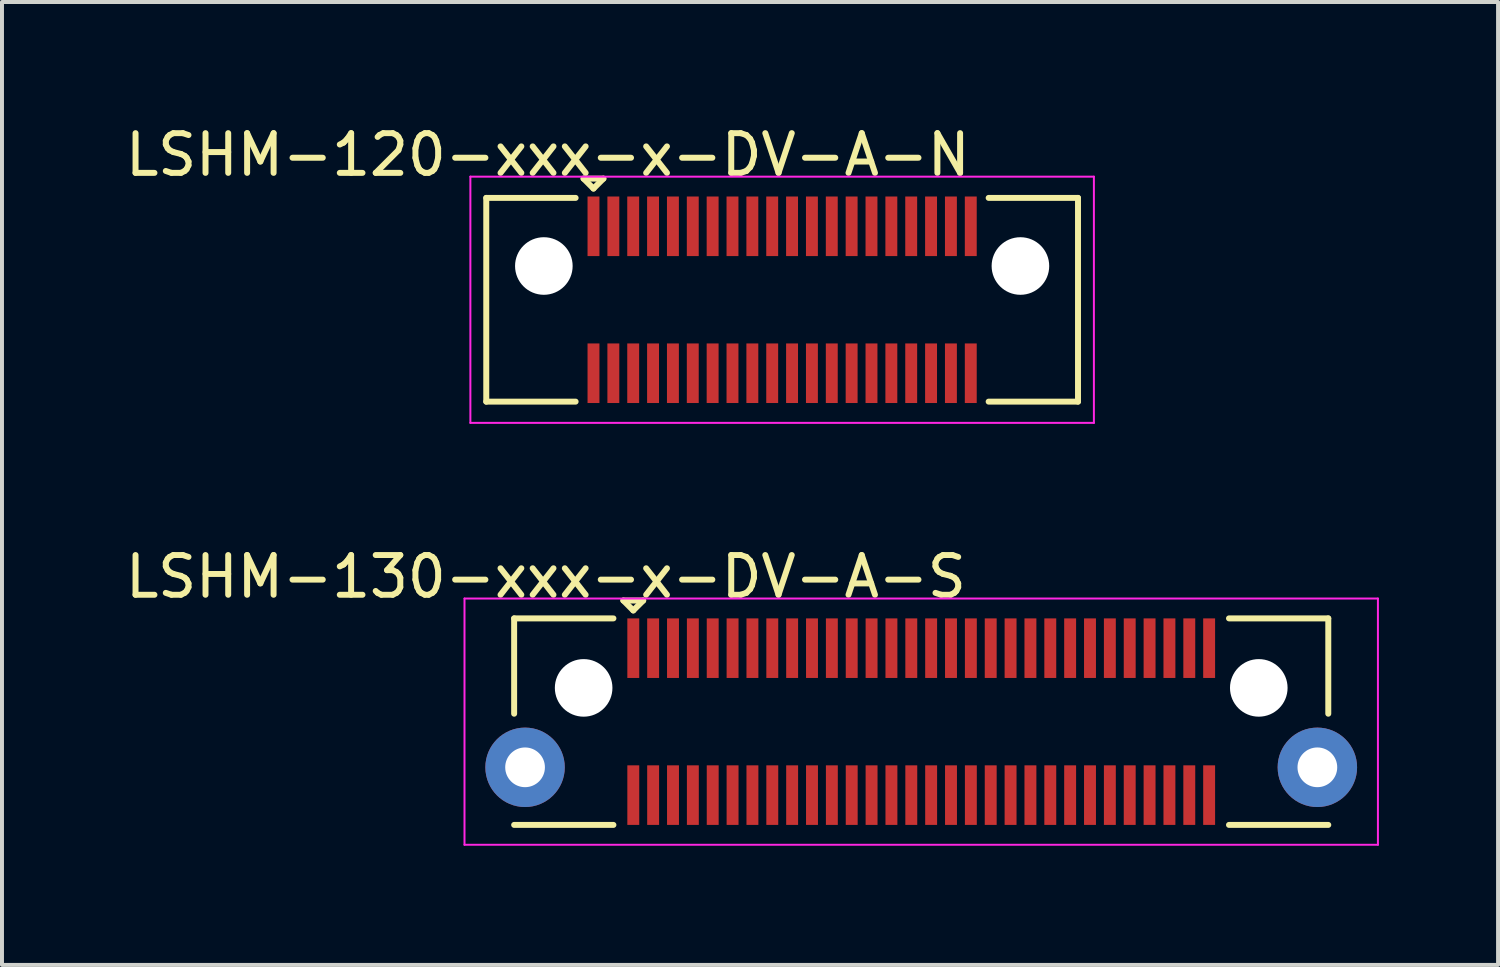
<source format=kicad_pcb>
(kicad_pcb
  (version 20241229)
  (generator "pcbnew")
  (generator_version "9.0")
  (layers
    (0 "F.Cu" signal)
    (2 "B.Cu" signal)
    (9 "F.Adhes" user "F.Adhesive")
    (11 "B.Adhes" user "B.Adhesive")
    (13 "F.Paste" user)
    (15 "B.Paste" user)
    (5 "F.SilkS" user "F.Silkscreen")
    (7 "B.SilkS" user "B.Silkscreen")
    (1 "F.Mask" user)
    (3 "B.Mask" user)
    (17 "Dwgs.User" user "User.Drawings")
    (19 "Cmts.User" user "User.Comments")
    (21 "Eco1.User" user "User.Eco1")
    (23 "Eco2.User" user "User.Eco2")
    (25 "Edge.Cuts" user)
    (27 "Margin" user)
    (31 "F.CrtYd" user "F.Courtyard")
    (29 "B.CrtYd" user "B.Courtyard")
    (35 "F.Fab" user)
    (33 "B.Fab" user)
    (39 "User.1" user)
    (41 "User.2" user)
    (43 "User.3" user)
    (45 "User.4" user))
  (footprint "LSHM-120-xxx-x-DV-A-N"
    (layer "F.Cu")
    (at 16.644 4.498)
    (property "Reference" "LSHM-120-xxx-x-DV-A-N" (at -5.9 -3.65 0) (layer "F.SilkS") (effects (font (size 1 1) (thickness 0.15))))
    (attr smd)
    (fp_line (start -7.45 -2.565) (end -5.2 -2.565) (stroke (width 0.15) (type solid)) (layer "F.SilkS"))
    (fp_line (start -7.45 2.565) (end -7.45 -2.565) (stroke (width 0.15) (type solid)) (layer "F.SilkS"))
    (fp_line (start -7.45 2.565) (end -5.2 2.565) (stroke (width 0.15) (type solid)) (layer "F.SilkS"))
    (fp_line (start -5 -3.05) (end -4.75 -2.8) (stroke (width 0.15) (type solid)) (layer "F.SilkS"))
    (fp_line (start -4.75 -2.8) (end -4.5 -3.05) (stroke (width 0.15) (type solid)) (layer "F.SilkS"))
    (fp_line (start -4.5 -3.05) (end -5 -3.05) (stroke (width 0.15) (type solid)) (layer "F.SilkS"))
    (fp_line (start 7.45 -2.565) (end 5.2 -2.565) (stroke (width 0.15) (type solid)) (layer "F.SilkS"))
    (fp_line (start 7.45 2.565) (end 5.2 2.565) (stroke (width 0.15) (type solid)) (layer "F.SilkS"))
    (fp_line (start 7.45 2.565) (end 7.45 -2.565) (stroke (width 0.15) (type solid)) (layer "F.SilkS"))
    (fp_line (start -7.85 -3.1) (end 7.85 -3.1) (stroke (width 0.05) (type solid)) (layer "F.CrtYd"))
    (fp_line (start -7.85 3.1) (end -7.85 -3.1) (stroke (width 0.05) (type solid)) (layer "F.CrtYd"))
    (fp_line (start -7.85 3.1) (end 7.85 3.1) (stroke (width 0.05) (type solid)) (layer "F.CrtYd"))
    (fp_line (start 7.85 3.1) (end 7.85 -3.1) (stroke (width 0.05) (type solid)) (layer "F.CrtYd"))
    (pad "" np_thru_hole circle (at -6 -0.85) (size 1.45 1.45) (drill 1.45) (layers "*.Cu" "*.Mask"))
    (pad "" np_thru_hole circle (at 6 -0.85) (size 1.45 1.45) (drill 1.45) (layers "*.Cu" "*.Mask"))
    (pad "1" smd rect (at -4.75 -1.85) (size 0.3 1.5) (layers "F.Cu" "F.Mask" "F.Paste"))
    (pad "2" smd rect (at -4.75 1.85) (size 0.3 1.5) (layers "F.Cu" "F.Mask" "F.Paste"))
    (pad "3" smd rect (at -4.25 -1.85) (size 0.3 1.5) (layers "F.Cu" "F.Mask" "F.Paste"))
    (pad "4" smd rect (at -4.25 1.85) (size 0.3 1.5) (layers "F.Cu" "F.Mask" "F.Paste"))
    (pad "5" smd rect (at -3.75 -1.85) (size 0.3 1.5) (layers "F.Cu" "F.Mask" "F.Paste"))
    (pad "6" smd rect (at -3.75 1.85) (size 0.3 1.5) (layers "F.Cu" "F.Mask" "F.Paste"))
    (pad "7" smd rect (at -3.25 -1.85) (size 0.3 1.5) (layers "F.Cu" "F.Mask" "F.Paste"))
    (pad "8" smd rect (at -3.25 1.85) (size 0.3 1.5) (layers "F.Cu" "F.Mask" "F.Paste"))
    (pad "9" smd rect (at -2.75 -1.85) (size 0.3 1.5) (layers "F.Cu" "F.Mask" "F.Paste"))
    (pad "10" smd rect (at -2.75 1.85) (size 0.3 1.5) (layers "F.Cu" "F.Mask" "F.Paste"))
    (pad "11" smd rect (at -2.25 -1.85) (size 0.3 1.5) (layers "F.Cu" "F.Mask" "F.Paste"))
    (pad "12" smd rect (at -2.25 1.85) (size 0.3 1.5) (layers "F.Cu" "F.Mask" "F.Paste"))
    (pad "13" smd rect (at -1.75 -1.85) (size 0.3 1.5) (layers "F.Cu" "F.Mask" "F.Paste"))
    (pad "14" smd rect (at -1.75 1.85) (size 0.3 1.5) (layers "F.Cu" "F.Mask" "F.Paste"))
    (pad "15" smd rect (at -1.25 -1.85) (size 0.3 1.5) (layers "F.Cu" "F.Mask" "F.Paste"))
    (pad "16" smd rect (at -1.25 1.85) (size 0.3 1.5) (layers "F.Cu" "F.Mask" "F.Paste"))
    (pad "17" smd rect (at -0.75 -1.85) (size 0.3 1.5) (layers "F.Cu" "F.Mask" "F.Paste"))
    (pad "18" smd rect (at -0.75 1.85) (size 0.3 1.5) (layers "F.Cu" "F.Mask" "F.Paste"))
    (pad "19" smd rect (at -0.25 -1.85) (size 0.3 1.5) (layers "F.Cu" "F.Mask" "F.Paste"))
    (pad "20" smd rect (at -0.25 1.85) (size 0.3 1.5) (layers "F.Cu" "F.Mask" "F.Paste"))
    (pad "21" smd rect (at 0.25 -1.85) (size 0.3 1.5) (layers "F.Cu" "F.Mask" "F.Paste"))
    (pad "22" smd rect (at 0.25 1.85) (size 0.3 1.5) (layers "F.Cu" "F.Mask" "F.Paste"))
    (pad "23" smd rect (at 0.75 -1.85) (size 0.3 1.5) (layers "F.Cu" "F.Mask" "F.Paste"))
    (pad "24" smd rect (at 0.75 1.85) (size 0.3 1.5) (layers "F.Cu" "F.Mask" "F.Paste"))
    (pad "25" smd rect (at 1.25 -1.85) (size 0.3 1.5) (layers "F.Cu" "F.Mask" "F.Paste"))
    (pad "26" smd rect (at 1.25 1.85) (size 0.3 1.5) (layers "F.Cu" "F.Mask" "F.Paste"))
    (pad "27" smd rect (at 1.75 -1.85) (size 0.3 1.5) (layers "F.Cu" "F.Mask" "F.Paste"))
    (pad "28" smd rect (at 1.75 1.85) (size 0.3 1.5) (layers "F.Cu" "F.Mask" "F.Paste"))
    (pad "29" smd rect (at 2.25 -1.85) (size 0.3 1.5) (layers "F.Cu" "F.Mask" "F.Paste"))
    (pad "30" smd rect (at 2.25 1.85) (size 0.3 1.5) (layers "F.Cu" "F.Mask" "F.Paste"))
    (pad "31" smd rect (at 2.75 -1.85) (size 0.3 1.5) (layers "F.Cu" "F.Mask" "F.Paste"))
    (pad "32" smd rect (at 2.75 1.85) (size 0.3 1.5) (layers "F.Cu" "F.Mask" "F.Paste"))
    (pad "33" smd rect (at 3.25 -1.85) (size 0.3 1.5) (layers "F.Cu" "F.Mask" "F.Paste"))
    (pad "34" smd rect (at 3.25 1.85) (size 0.3 1.5) (layers "F.Cu" "F.Mask" "F.Paste"))
    (pad "35" smd rect (at 3.75 -1.85) (size 0.3 1.5) (layers "F.Cu" "F.Mask" "F.Paste"))
    (pad "36" smd rect (at 3.75 1.85) (size 0.3 1.5) (layers "F.Cu" "F.Mask" "F.Paste"))
    (pad "37" smd rect (at 4.25 -1.85) (size 0.3 1.5) (layers "F.Cu" "F.Mask" "F.Paste"))
    (pad "38" smd rect (at 4.25 1.85) (size 0.3 1.5) (layers "F.Cu" "F.Mask" "F.Paste"))
    (pad "39" smd rect (at 4.75 -1.85) (size 0.3 1.5) (layers "F.Cu" "F.Mask" "F.Paste"))
    (pad "40" smd rect (at 4.75 1.85) (size 0.3 1.5) (layers "F.Cu" "F.Mask" "F.Paste")))
  (footprint "LSHM-130-xxx-x-DV-A-S"
    (layer "F.Cu")
    (at 20.146 15.121)
    (property "Reference" "LSHM-130-xxx-x-DV-A-S" (at -9.45 -3.65 0) (layer "F.SilkS") (effects (font (size 1 1) (thickness 0.15))))
    (attr smd)
    (fp_line (start -10.25 -2.6) (end -7.75 -2.6) (stroke (width 0.15) (type solid)) (layer "F.SilkS"))
    (fp_line (start -10.25 -0.2) (end -10.25 -2.6) (stroke (width 0.15) (type solid)) (layer "F.SilkS"))
    (fp_line (start -10.25 2.6) (end -7.75 2.6) (stroke (width 0.15) (type solid)) (layer "F.SilkS"))
    (fp_line (start -7.5 -3.05) (end -7.25 -2.8) (stroke (width 0.15) (type solid)) (layer "F.SilkS"))
    (fp_line (start -7.25 -2.8) (end -7 -3.05) (stroke (width 0.15) (type solid)) (layer "F.SilkS"))
    (fp_line (start -7 -3.05) (end -7.5 -3.05) (stroke (width 0.15) (type solid)) (layer "F.SilkS"))
    (fp_line (start 10.25 -2.6) (end 7.75 -2.6) (stroke (width 0.15) (type solid)) (layer "F.SilkS"))
    (fp_line (start 10.25 -0.2) (end 10.25 -2.6) (stroke (width 0.15) (type solid)) (layer "F.SilkS"))
    (fp_line (start 10.25 2.6) (end 7.75 2.6) (stroke (width 0.15) (type solid)) (layer "F.SilkS"))
    (fp_line (start -11.5 -3.1) (end 11.5 -3.1) (stroke (width 0.05) (type solid)) (layer "F.CrtYd"))
    (fp_line (start -11.5 3.1) (end -11.5 -3.1) (stroke (width 0.05) (type solid)) (layer "F.CrtYd"))
    (fp_line (start -11.5 3.1) (end 11.5 3.1) (stroke (width 0.05) (type solid)) (layer "F.CrtYd"))
    (fp_line (start 11.5 3.1) (end 11.5 -3.1) (stroke (width 0.05) (type solid)) (layer "F.CrtYd"))
    (pad "" np_thru_hole circle (at -8.5 -0.85) (size 1.45 1.45) (drill 1.45) (layers "*.Cu" "*.Mask"))
    (pad "" np_thru_hole circle (at 8.5 -0.85) (size 1.45 1.45) (drill 1.45) (layers "*.Cu" "*.Mask"))
    (pad "1" smd rect (at -7.25 -1.85) (size 0.3 1.5) (layers "F.Cu" "F.Mask" "F.Paste"))
    (pad "2" smd rect (at -7.25 1.85) (size 0.3 1.5) (layers "F.Cu" "F.Mask" "F.Paste"))
    (pad "3" smd rect (at -6.75 -1.85) (size 0.3 1.5) (layers "F.Cu" "F.Mask" "F.Paste"))
    (pad "4" smd rect (at -6.75 1.85) (size 0.3 1.5) (layers "F.Cu" "F.Mask" "F.Paste"))
    (pad "5" smd rect (at -6.25 -1.85) (size 0.3 1.5) (layers "F.Cu" "F.Mask" "F.Paste"))
    (pad "6" smd rect (at -6.25 1.85) (size 0.3 1.5) (layers "F.Cu" "F.Mask" "F.Paste"))
    (pad "7" smd rect (at -5.75 -1.85) (size 0.3 1.5) (layers "F.Cu" "F.Mask" "F.Paste"))
    (pad "8" smd rect (at -5.75 1.85) (size 0.3 1.5) (layers "F.Cu" "F.Mask" "F.Paste"))
    (pad "9" smd rect (at -5.25 -1.85) (size 0.3 1.5) (layers "F.Cu" "F.Mask" "F.Paste"))
    (pad "10" smd rect (at -5.25 1.85) (size 0.3 1.5) (layers "F.Cu" "F.Mask" "F.Paste"))
    (pad "11" smd rect (at -4.75 -1.85) (size 0.3 1.5) (layers "F.Cu" "F.Mask" "F.Paste"))
    (pad "12" smd rect (at -4.75 1.85) (size 0.3 1.5) (layers "F.Cu" "F.Mask" "F.Paste"))
    (pad "13" smd rect (at -4.25 -1.85) (size 0.3 1.5) (layers "F.Cu" "F.Mask" "F.Paste"))
    (pad "14" smd rect (at -4.25 1.85) (size 0.3 1.5) (layers "F.Cu" "F.Mask" "F.Paste"))
    (pad "15" smd rect (at -3.75 -1.85) (size 0.3 1.5) (layers "F.Cu" "F.Mask" "F.Paste"))
    (pad "16" smd rect (at -3.75 1.85) (size 0.3 1.5) (layers "F.Cu" "F.Mask" "F.Paste"))
    (pad "17" smd rect (at -3.25 -1.85) (size 0.3 1.5) (layers "F.Cu" "F.Mask" "F.Paste"))
    (pad "18" smd rect (at -3.25 1.85) (size 0.3 1.5) (layers "F.Cu" "F.Mask" "F.Paste"))
    (pad "19" smd rect (at -2.75 -1.85) (size 0.3 1.5) (layers "F.Cu" "F.Mask" "F.Paste"))
    (pad "20" smd rect (at -2.75 1.85) (size 0.3 1.5) (layers "F.Cu" "F.Mask" "F.Paste"))
    (pad "21" smd rect (at -2.25 -1.85) (size 0.3 1.5) (layers "F.Cu" "F.Mask" "F.Paste"))
    (pad "22" smd rect (at -2.25 1.85) (size 0.3 1.5) (layers "F.Cu" "F.Mask" "F.Paste"))
    (pad "23" smd rect (at -1.75 -1.85) (size 0.3 1.5) (layers "F.Cu" "F.Mask" "F.Paste"))
    (pad "24" smd rect (at -1.75 1.85) (size 0.3 1.5) (layers "F.Cu" "F.Mask" "F.Paste"))
    (pad "25" smd rect (at -1.25 -1.85) (size 0.3 1.5) (layers "F.Cu" "F.Mask" "F.Paste"))
    (pad "26" smd rect (at -1.25 1.85) (size 0.3 1.5) (layers "F.Cu" "F.Mask" "F.Paste"))
    (pad "27" smd rect (at -0.75 -1.85) (size 0.3 1.5) (layers "F.Cu" "F.Mask" "F.Paste"))
    (pad "28" smd rect (at -0.75 1.85) (size 0.3 1.5) (layers "F.Cu" "F.Mask" "F.Paste"))
    (pad "29" smd rect (at -0.25 -1.85) (size 0.3 1.5) (layers "F.Cu" "F.Mask" "F.Paste"))
    (pad "30" smd rect (at -0.25 1.85) (size 0.3 1.5) (layers "F.Cu" "F.Mask" "F.Paste"))
    (pad "31" smd rect (at 0.25 -1.85) (size 0.3 1.5) (layers "F.Cu" "F.Mask" "F.Paste"))
    (pad "32" smd rect (at 0.25 1.85) (size 0.3 1.5) (layers "F.Cu" "F.Mask" "F.Paste"))
    (pad "33" smd rect (at 0.75 -1.85) (size 0.3 1.5) (layers "F.Cu" "F.Mask" "F.Paste"))
    (pad "34" smd rect (at 0.75 1.85) (size 0.3 1.5) (layers "F.Cu" "F.Mask" "F.Paste"))
    (pad "35" smd rect (at 1.25 -1.85) (size 0.3 1.5) (layers "F.Cu" "F.Mask" "F.Paste"))
    (pad "36" smd rect (at 1.25 1.85) (size 0.3 1.5) (layers "F.Cu" "F.Mask" "F.Paste"))
    (pad "37" smd rect (at 1.75 -1.85) (size 0.3 1.5) (layers "F.Cu" "F.Mask" "F.Paste"))
    (pad "38" smd rect (at 1.75 1.85) (size 0.3 1.5) (layers "F.Cu" "F.Mask" "F.Paste"))
    (pad "39" smd rect (at 2.25 -1.85) (size 0.3 1.5) (layers "F.Cu" "F.Mask" "F.Paste"))
    (pad "40" smd rect (at 2.25 1.85) (size 0.3 1.5) (layers "F.Cu" "F.Mask" "F.Paste"))
    (pad "41" smd rect (at 2.75 -1.85) (size 0.3 1.5) (layers "F.Cu" "F.Mask" "F.Paste"))
    (pad "42" smd rect (at 2.75 1.85) (size 0.3 1.5) (layers "F.Cu" "F.Mask" "F.Paste"))
    (pad "43" smd rect (at 3.25 -1.85) (size 0.3 1.5) (layers "F.Cu" "F.Mask" "F.Paste"))
    (pad "44" smd rect (at 3.25 1.85) (size 0.3 1.5) (layers "F.Cu" "F.Mask" "F.Paste"))
    (pad "45" smd rect (at 3.75 -1.85) (size 0.3 1.5) (layers "F.Cu" "F.Mask" "F.Paste"))
    (pad "46" smd rect (at 3.75 1.85) (size 0.3 1.5) (layers "F.Cu" "F.Mask" "F.Paste"))
    (pad "47" smd rect (at 4.25 -1.85) (size 0.3 1.5) (layers "F.Cu" "F.Mask" "F.Paste"))
    (pad "48" smd rect (at 4.25 1.85) (size 0.3 1.5) (layers "F.Cu" "F.Mask" "F.Paste"))
    (pad "49" smd rect (at 4.75 -1.85) (size 0.3 1.5) (layers "F.Cu" "F.Mask" "F.Paste"))
    (pad "50" smd rect (at 4.75 1.85) (size 0.3 1.5) (layers "F.Cu" "F.Mask" "F.Paste"))
    (pad "51" smd rect (at 5.25 -1.85) (size 0.3 1.5) (layers "F.Cu" "F.Mask" "F.Paste"))
    (pad "52" smd rect (at 5.25 1.85) (size 0.3 1.5) (layers "F.Cu" "F.Mask" "F.Paste"))
    (pad "53" smd rect (at 5.75 -1.85) (size 0.3 1.5) (layers "F.Cu" "F.Mask" "F.Paste"))
    (pad "54" smd rect (at 5.75 1.85) (size 0.3 1.5) (layers "F.Cu" "F.Mask" "F.Paste"))
    (pad "55" smd rect (at 6.25 -1.85) (size 0.3 1.5) (layers "F.Cu" "F.Mask" "F.Paste"))
    (pad "56" smd rect (at 6.25 1.85) (size 0.3 1.5) (layers "F.Cu" "F.Mask" "F.Paste"))
    (pad "57" smd rect (at 6.75 -1.85) (size 0.3 1.5) (layers "F.Cu" "F.Mask" "F.Paste"))
    (pad "58" smd rect (at 6.75 1.85) (size 0.3 1.5) (layers "F.Cu" "F.Mask" "F.Paste"))
    (pad "59" smd rect (at 7.25 -1.85) (size 0.3 1.5) (layers "F.Cu" "F.Mask" "F.Paste"))
    (pad "60" smd rect (at 7.25 1.85) (size 0.3 1.5) (layers "F.Cu" "F.Mask" "F.Paste"))
    (pad "61" thru_hole circle (at -9.975 1.15) (size 2 2) (drill 1) (layers "*.Cu" "*.Mask"))
    (pad "61" thru_hole circle (at 9.975 1.15) (size 2 2) (drill 1) (layers "*.Cu" "*.Mask")))
  (gr_rect
    (start -3 -3)
    (end 34.671 21.247)
    (stroke (width 0.1) (type default))
    (fill no)
    (layer "Edge.Cuts")))
</source>
